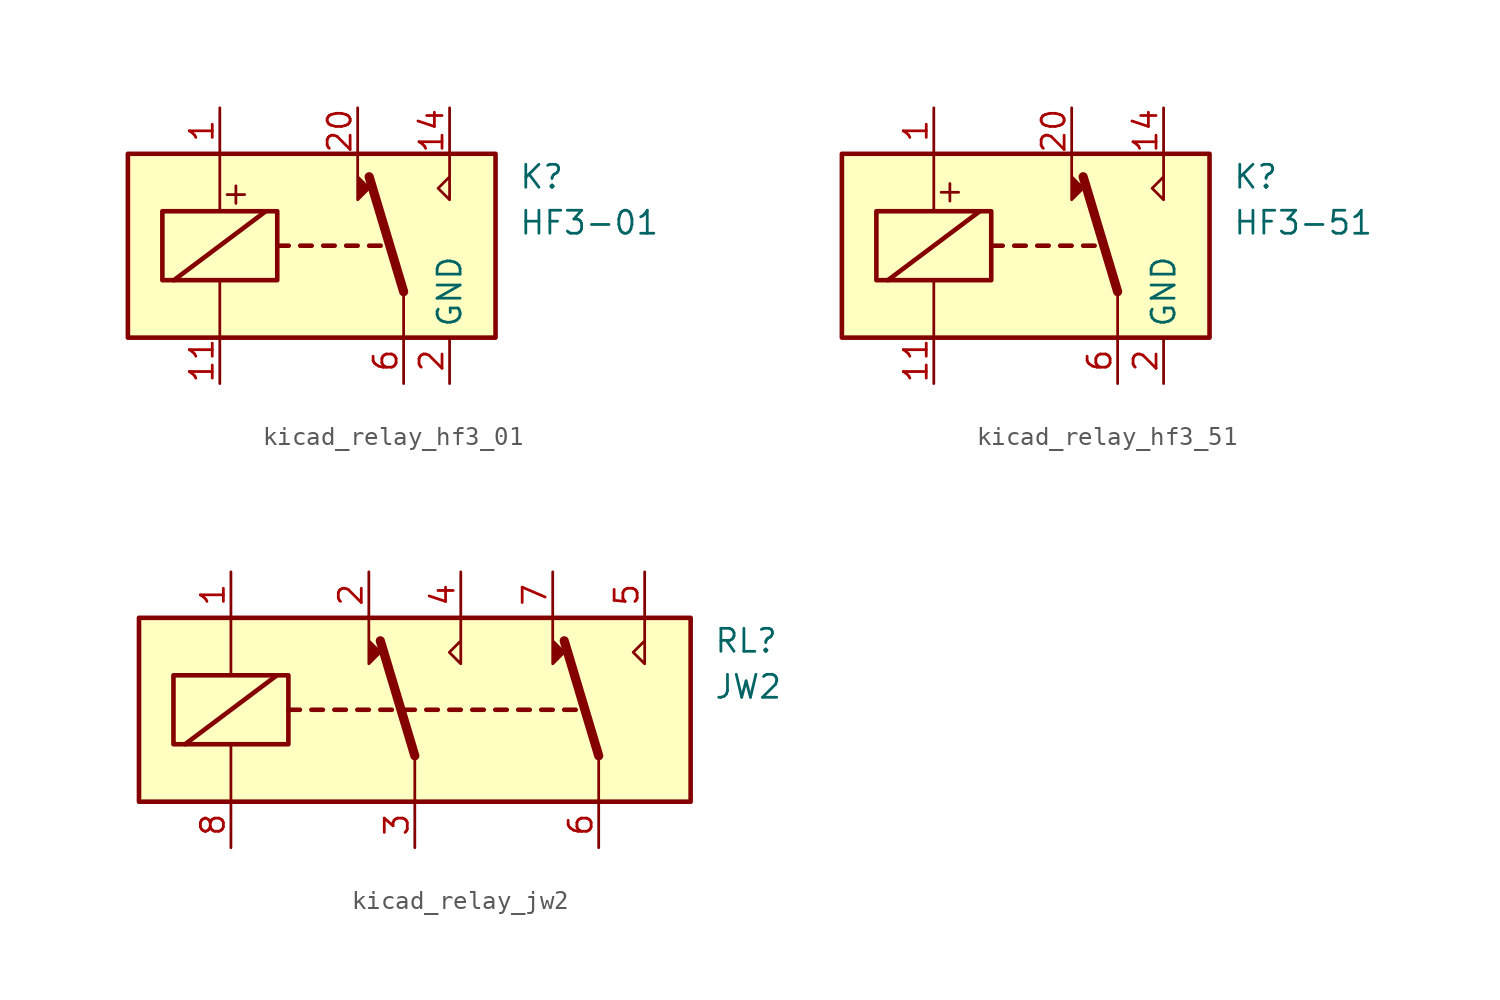
<source format=kicad_sym>
(kicad_symbol_lib
  (version 20220914)
  (generator kicad_symbol_editor)
  (symbol "kicad_relay_hf3_01"
    (property "Reference" "K"
      (at 11.43 3.81 0)
      (effects (font (size 1.27 1.27)) (justify left)))
    (property "Value" "HF3-01"
      (at 11.43 1.27 0)
      (effects (font (size 1.27 1.27)) (justify left)))
    (symbol "kicad_relay_hf3_01_0_0"
      (polyline (pts (xy 7.62 5.08) (xy 7.62 2.54) (xy 6.985 3.175) (xy 7.62 3.81)) (stroke (width 0) (type default)) (fill (type none)))
      (text "+" (at -4.191 2.921 0) (effects (font (size 1.27 1.27)))))
    (symbol "kicad_relay_hf3_01_0_1"
      (rectangle (start -10.16 5.08) (end 10.16 -5.08) (stroke (width 0.254) (type default)) (fill (type background)))
      (rectangle (start -8.255 1.905) (end -1.905 -1.905) (stroke (width 0.254) (type default)) (fill (type none)))
      (polyline (pts (xy -7.62 -1.905) (xy -2.54 1.905)) (stroke (width 0.254) (type default)) (fill (type none)))
      (polyline (pts (xy -5.08 -5.08) (xy -5.08 -1.905)) (stroke (width 0) (type default)) (fill (type none)))
      (polyline (pts (xy -5.08 5.08) (xy -5.08 1.905)) (stroke (width 0) (type default)) (fill (type none)))
      (polyline (pts (xy -1.905 0) (xy -1.27 0)) (stroke (width 0.254) (type default)) (fill (type none)))
      (polyline (pts (xy -0.635 0) (xy 0 0)) (stroke (width 0.254) (type default)) (fill (type none)))
      (polyline (pts (xy 0.635 0) (xy 1.27 0)) (stroke (width 0.254) (type default)) (fill (type none)))
      (polyline (pts (xy 1.905 0) (xy 2.54 0)) (stroke (width 0.254) (type default)) (fill (type none)))
      (polyline (pts (xy 3.175 0) (xy 3.81 0)) (stroke (width 0.254) (type default)) (fill (type none)))
      (polyline (pts (xy 5.08 -2.54) (xy 3.175 3.81)) (stroke (width 0.508) (type default)) (fill (type none)))
      (polyline (pts (xy 5.08 -2.54) (xy 5.08 -5.08)) (stroke (width 0) (type default)) (fill (type none)))
      (polyline (pts (xy 2.54 5.08) (xy 2.54 2.54) (xy 3.175 3.175) (xy 2.54 3.81)) (stroke (width 0) (type default)) (fill (type outline))))
    (symbol "kicad_relay_hf3_01_1_1"
      (pin passive line (at -5.08 7.62 270) (length 2.54) (name "~" (effects (font (size 1.27 1.27)))) (number "1" (effects (font (size 1.27 1.27)))))
      (pin passive line (at 7.62 -7.62 90) (length 2.54) hide (name "GND" (effects (font (size 1.27 1.27)))) (number "10" (effects (font (size 1.27 1.27)))))
      (pin passive line (at -5.08 -7.62 90) (length 2.54) (name "~" (effects (font (size 1.27 1.27)))) (number "11" (effects (font (size 1.27 1.27)))))
      (pin passive line (at 7.62 -7.62 90) (length 2.54) hide (name "GND" (effects (font (size 1.27 1.27)))) (number "12" (effects (font (size 1.27 1.27)))))
      (pin passive line (at 7.62 -7.62 90) (length 2.54) hide (name "GND" (effects (font (size 1.27 1.27)))) (number "13" (effects (font (size 1.27 1.27)))))
      (pin passive line (at 7.62 7.62 270) (length 2.54) (name "~" (effects (font (size 1.27 1.27)))) (number "14" (effects (font (size 1.27 1.27)))))
      (pin passive line (at 7.62 -7.62 90) (length 2.54) hide (name "GND" (effects (font (size 1.27 1.27)))) (number "15" (effects (font (size 1.27 1.27)))))
      (pin passive line (at 7.62 -7.62 90) (length 2.54) hide (name "GND" (effects (font (size 1.27 1.27)))) (number "17" (effects (font (size 1.27 1.27)))))
      (pin passive line (at 7.62 -7.62 90) (length 2.54) hide (name "GND" (effects (font (size 1.27 1.27)))) (number "19" (effects (font (size 1.27 1.27)))))
      (pin power_in line (at 7.62 -7.62 90) (length 2.54) (name "GND" (effects (font (size 1.27 1.27)))) (number "2" (effects (font (size 1.27 1.27)))))
      (pin passive line (at 2.54 7.62 270) (length 2.54) (name "~" (effects (font (size 1.27 1.27)))) (number "20" (effects (font (size 1.27 1.27)))))
      (pin passive line (at 7.62 -7.62 90) (length 2.54) hide (name "GND" (effects (font (size 1.27 1.27)))) (number "21" (effects (font (size 1.27 1.27)))))
      (pin passive line (at 7.62 -7.62 90) (length 2.54) hide (name "GND" (effects (font (size 1.27 1.27)))) (number "22" (effects (font (size 1.27 1.27)))))
      (pin passive line (at 7.62 -7.62 90) (length 2.54) hide (name "GND" (effects (font (size 1.27 1.27)))) (number "5" (effects (font (size 1.27 1.27)))))
      (pin passive line (at 5.08 -7.62 90) (length 2.54) (name "~" (effects (font (size 1.27 1.27)))) (number "6" (effects (font (size 1.27 1.27)))))
      (pin passive line (at 7.62 -7.62 90) (length 2.54) hide (name "GND" (effects (font (size 1.27 1.27)))) (number "7" (effects (font (size 1.27 1.27)))))))
  (symbol "kicad_relay_hf3_51"
    (property "Reference" "K"
      (at 11.43 3.81 0)
      (effects (font (size 1.27 1.27)) (justify left)))
    (property "Value" "HF3-51"
      (at 11.43 1.27 0)
      (effects (font (size 1.27 1.27)) (justify left)))
    (symbol "kicad_relay_hf3_51_0_0"
      (polyline (pts (xy 7.62 5.08) (xy 7.62 2.54) (xy 6.985 3.175) (xy 7.62 3.81)) (stroke (width 0) (type default)) (fill (type none)))
      (text "+" (at -4.191 3.048 0) (effects (font (size 1.27 1.27)))))
    (symbol "kicad_relay_hf3_51_0_1"
      (rectangle (start -10.16 5.08) (end 10.16 -5.08) (stroke (width 0.254) (type default)) (fill (type background)))
      (rectangle (start -8.255 1.905) (end -1.905 -1.905) (stroke (width 0.254) (type default)) (fill (type none)))
      (polyline (pts (xy -7.62 -1.905) (xy -2.54 1.905)) (stroke (width 0.254) (type default)) (fill (type none)))
      (polyline (pts (xy -5.08 -5.08) (xy -5.08 -1.905)) (stroke (width 0) (type default)) (fill (type none)))
      (polyline (pts (xy -5.08 5.08) (xy -5.08 1.905)) (stroke (width 0) (type default)) (fill (type none)))
      (polyline (pts (xy -1.905 0) (xy -1.27 0)) (stroke (width 0.254) (type default)) (fill (type none)))
      (polyline (pts (xy -0.635 0) (xy 0 0)) (stroke (width 0.254) (type default)) (fill (type none)))
      (polyline (pts (xy 0.635 0) (xy 1.27 0)) (stroke (width 0.254) (type default)) (fill (type none)))
      (polyline (pts (xy 1.905 0) (xy 2.54 0)) (stroke (width 0.254) (type default)) (fill (type none)))
      (polyline (pts (xy 3.175 0) (xy 3.81 0)) (stroke (width 0.254) (type default)) (fill (type none)))
      (polyline (pts (xy 5.08 -2.54) (xy 3.175 3.81)) (stroke (width 0.508) (type default)) (fill (type none)))
      (polyline (pts (xy 5.08 -2.54) (xy 5.08 -5.08)) (stroke (width 0) (type default)) (fill (type none)))
      (polyline (pts (xy 2.54 5.08) (xy 2.54 2.54) (xy 3.175 3.175) (xy 2.54 3.81)) (stroke (width 0) (type default)) (fill (type outline))))
    (symbol "kicad_relay_hf3_51_1_1"
      (pin passive line (at -5.08 7.62 270) (length 2.54) (name "~" (effects (font (size 1.27 1.27)))) (number "1" (effects (font (size 1.27 1.27)))))
      (pin passive line (at 7.62 -7.62 90) (length 2.54) hide (name "GND" (effects (font (size 1.27 1.27)))) (number "10" (effects (font (size 1.27 1.27)))))
      (pin passive line (at -5.08 -7.62 90) (length 2.54) (name "~" (effects (font (size 1.27 1.27)))) (number "11" (effects (font (size 1.27 1.27)))))
      (pin passive line (at 7.62 -7.62 90) (length 2.54) hide (name "GND" (effects (font (size 1.27 1.27)))) (number "12" (effects (font (size 1.27 1.27)))))
      (pin passive line (at 7.62 -7.62 90) (length 2.54) hide (name "GND" (effects (font (size 1.27 1.27)))) (number "13" (effects (font (size 1.27 1.27)))))
      (pin passive line (at 7.62 7.62 270) (length 2.54) (name "~" (effects (font (size 1.27 1.27)))) (number "14" (effects (font (size 1.27 1.27)))))
      (pin passive line (at 7.62 -7.62 90) (length 2.54) hide (name "GND" (effects (font (size 1.27 1.27)))) (number "15" (effects (font (size 1.27 1.27)))))
      (pin passive line (at 7.62 -7.62 90) (length 2.54) hide (name "GND" (effects (font (size 1.27 1.27)))) (number "17" (effects (font (size 1.27 1.27)))))
      (pin passive line (at 7.62 -7.62 90) (length 2.54) hide (name "GND" (effects (font (size 1.27 1.27)))) (number "19" (effects (font (size 1.27 1.27)))))
      (pin power_in line (at 7.62 -7.62 90) (length 2.54) (name "GND" (effects (font (size 1.27 1.27)))) (number "2" (effects (font (size 1.27 1.27)))))
      (pin passive line (at 2.54 7.62 270) (length 2.54) (name "~" (effects (font (size 1.27 1.27)))) (number "20" (effects (font (size 1.27 1.27)))))
      (pin passive line (at 7.62 -7.62 90) (length 2.54) hide (name "GND" (effects (font (size 1.27 1.27)))) (number "21" (effects (font (size 1.27 1.27)))))
      (pin passive line (at 7.62 -7.62 90) (length 2.54) hide (name "GND" (effects (font (size 1.27 1.27)))) (number "22" (effects (font (size 1.27 1.27)))))
      (pin passive line (at 7.62 -7.62 90) (length 2.54) hide (name "GND" (effects (font (size 1.27 1.27)))) (number "5" (effects (font (size 1.27 1.27)))))
      (pin passive line (at 5.08 -7.62 90) (length 2.54) (name "~" (effects (font (size 1.27 1.27)))) (number "6" (effects (font (size 1.27 1.27)))))
      (pin passive line (at 7.62 -7.62 90) (length 2.54) hide (name "GND" (effects (font (size 1.27 1.27)))) (number "7" (effects (font (size 1.27 1.27)))))))
  (symbol "kicad_relay_jw2"
    (property "Reference" "RL"
      (at 16.51 3.81 0)
      (effects (font (size 1.27 1.27)) (justify left)))
    (property "Value" "JW2"
      (at 16.51 1.27 0)
      (effects (font (size 1.27 1.27)) (justify left)))
    (symbol "kicad_relay_jw2_0_1"
      (rectangle (start -15.24 5.08) (end 15.24 -5.08) (stroke (width 0.254) (type default)) (fill (type background)))
      (rectangle (start -13.335 1.905) (end -6.985 -1.905) (stroke (width 0.254) (type default)) (fill (type none)))
      (polyline (pts (xy -12.7 -1.905) (xy -7.62 1.905)) (stroke (width 0.254) (type default)) (fill (type none)))
      (polyline (pts (xy -10.16 -5.08) (xy -10.16 -1.905)) (stroke (width 0) (type default)) (fill (type none)))
      (polyline (pts (xy -10.16 5.08) (xy -10.16 1.905)) (stroke (width 0) (type default)) (fill (type none)))
      (polyline (pts (xy -6.985 0) (xy -6.35 0)) (stroke (width 0.254) (type default)) (fill (type none)))
      (polyline (pts (xy -5.715 0) (xy -5.08 0)) (stroke (width 0.254) (type default)) (fill (type none)))
      (polyline (pts (xy -4.445 0) (xy -3.81 0)) (stroke (width 0.254) (type default)) (fill (type none)))
      (polyline (pts (xy -3.175 0) (xy -2.54 0)) (stroke (width 0.254) (type default)) (fill (type none)))
      (polyline (pts (xy -1.905 0) (xy -1.27 0)) (stroke (width 0.254) (type default)) (fill (type none)))
      (polyline (pts (xy -0.635 0) (xy 0 0)) (stroke (width 0.254) (type default)) (fill (type none)))
      (polyline (pts (xy 0 -2.54) (xy -1.905 3.81)) (stroke (width 0.508) (type default)) (fill (type none)))
      (polyline (pts (xy 0 -2.54) (xy 0 -5.08)) (stroke (width 0) (type default)) (fill (type none)))
      (polyline (pts (xy 0.635 0) (xy 1.27 0)) (stroke (width 0.254) (type default)) (fill (type none)))
      (polyline (pts (xy 1.905 0) (xy 2.54 0)) (stroke (width 0.254) (type default)) (fill (type none)))
      (polyline (pts (xy 3.175 0) (xy 3.81 0)) (stroke (width 0.254) (type default)) (fill (type none)))
      (polyline (pts (xy 4.445 0) (xy 5.08 0)) (stroke (width 0.254) (type default)) (fill (type none)))
      (polyline (pts (xy 5.715 0) (xy 6.35 0)) (stroke (width 0.254) (type default)) (fill (type none)))
      (polyline (pts (xy 6.985 0) (xy 7.62 0)) (stroke (width 0.254) (type default)) (fill (type none)))
      (polyline (pts (xy 8.255 0) (xy 8.89 0)) (stroke (width 0.254) (type default)) (fill (type none)))
      (polyline (pts (xy 10.16 -2.54) (xy 8.255 3.81)) (stroke (width 0.508) (type default)) (fill (type none)))
      (polyline (pts (xy 10.16 -2.54) (xy 10.16 -5.08)) (stroke (width 0) (type default)) (fill (type none)))
      (polyline (pts (xy -2.54 5.08) (xy -2.54 2.54) (xy -1.905 3.175) (xy -2.54 3.81)) (stroke (width 0) (type default)) (fill (type outline)))
      (polyline (pts (xy 2.54 5.08) (xy 2.54 2.54) (xy 1.905 3.175) (xy 2.54 3.81)) (stroke (width 0) (type default)) (fill (type none)))
      (polyline (pts (xy 7.62 5.08) (xy 7.62 2.54) (xy 8.255 3.175) (xy 7.62 3.81)) (stroke (width 0) (type default)) (fill (type outline)))
      (polyline (pts (xy 12.7 5.08) (xy 12.7 2.54) (xy 12.065 3.175) (xy 12.7 3.81)) (stroke (width 0) (type default)) (fill (type none))))
    (symbol "kicad_relay_jw2_1_1"
      (pin passive line (at -10.16 7.62 270) (length 2.54) (name "~" (effects (font (size 1.27 1.27)))) (number "1" (effects (font (size 1.27 1.27)))))
      (pin passive line (at -2.54 7.62 270) (length 2.54) (name "~" (effects (font (size 1.27 1.27)))) (number "2" (effects (font (size 1.27 1.27)))))
      (pin passive line (at 0 -7.62 90) (length 2.54) (name "~" (effects (font (size 1.27 1.27)))) (number "3" (effects (font (size 1.27 1.27)))))
      (pin passive line (at 2.54 7.62 270) (length 2.54) (name "~" (effects (font (size 1.27 1.27)))) (number "4" (effects (font (size 1.27 1.27)))))
      (pin passive line (at 12.7 7.62 270) (length 2.54) (name "~" (effects (font (size 1.27 1.27)))) (number "5" (effects (font (size 1.27 1.27)))))
      (pin passive line (at 10.16 -7.62 90) (length 2.54) (name "~" (effects (font (size 1.27 1.27)))) (number "6" (effects (font (size 1.27 1.27)))))
      (pin passive line (at 7.62 7.62 270) (length 2.54) (name "~" (effects (font (size 1.27 1.27)))) (number "7" (effects (font (size 1.27 1.27)))))
      (pin passive line (at -10.16 -7.62 90) (length 2.54) (name "~" (effects (font (size 1.27 1.27)))) (number "8" (effects (font (size 1.27 1.27))))))))
</source>
